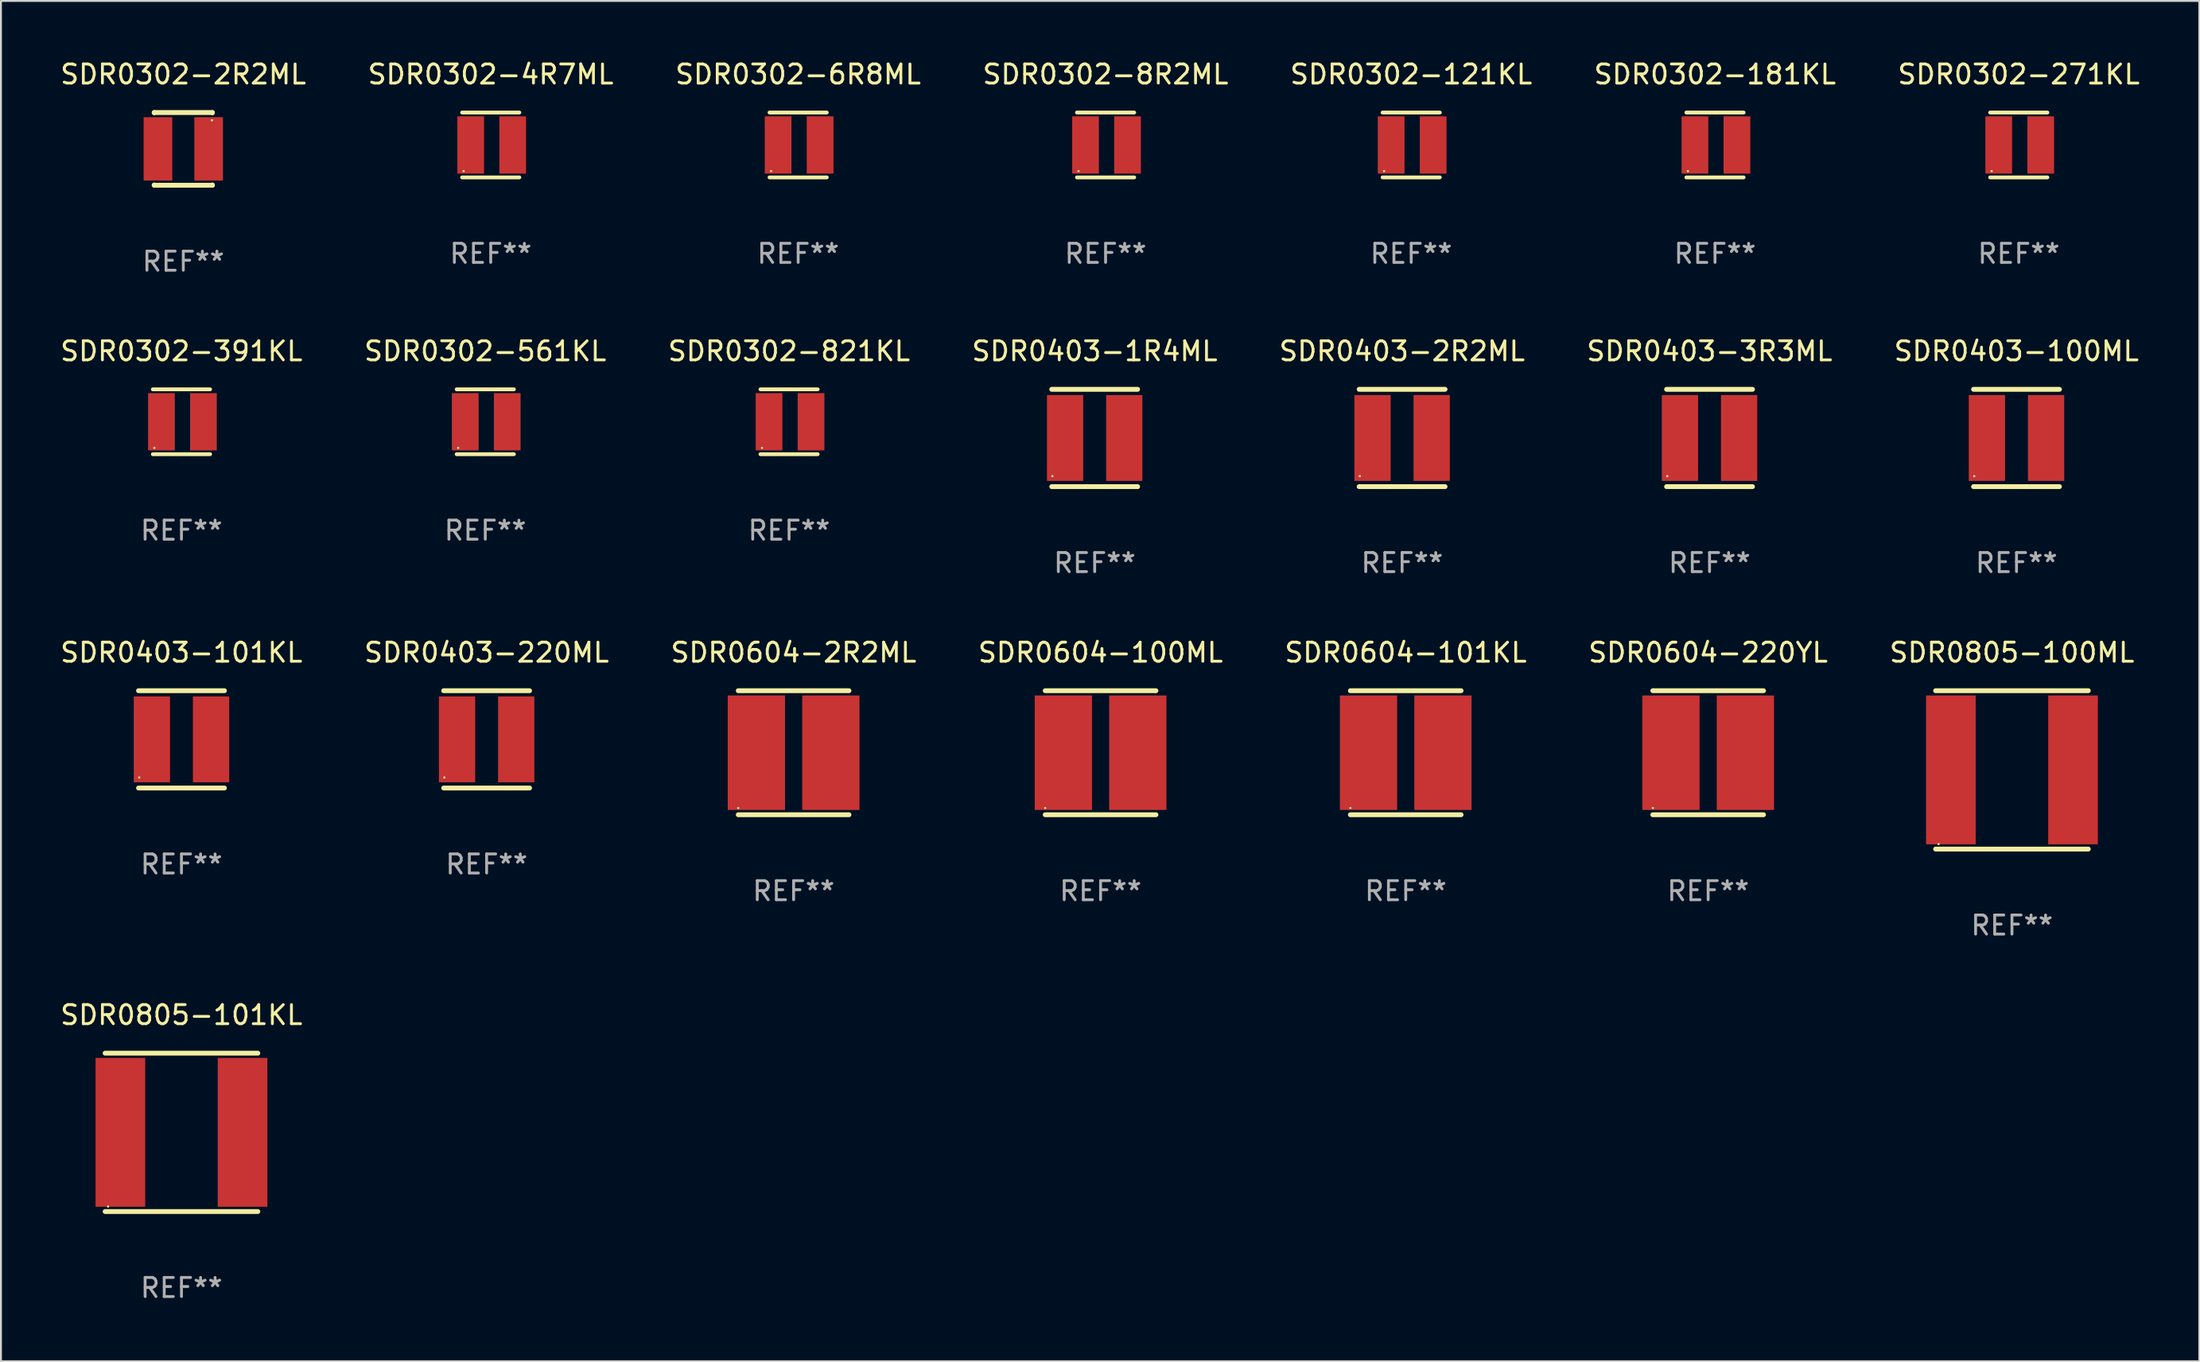
<source format=kicad_pcb>
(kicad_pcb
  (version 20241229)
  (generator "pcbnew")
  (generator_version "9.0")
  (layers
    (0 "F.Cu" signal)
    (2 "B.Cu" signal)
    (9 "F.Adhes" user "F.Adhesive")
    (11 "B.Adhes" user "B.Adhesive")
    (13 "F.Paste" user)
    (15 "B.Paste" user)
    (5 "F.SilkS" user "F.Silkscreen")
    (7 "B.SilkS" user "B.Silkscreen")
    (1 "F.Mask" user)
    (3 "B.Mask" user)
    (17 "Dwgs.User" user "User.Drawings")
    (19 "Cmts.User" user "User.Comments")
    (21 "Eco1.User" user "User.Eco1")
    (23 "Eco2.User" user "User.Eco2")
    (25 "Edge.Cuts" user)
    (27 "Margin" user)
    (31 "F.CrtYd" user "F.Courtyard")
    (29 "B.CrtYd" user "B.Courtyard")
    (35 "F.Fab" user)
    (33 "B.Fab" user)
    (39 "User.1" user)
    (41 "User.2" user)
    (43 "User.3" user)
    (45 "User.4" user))
  (footprint "SDR0403-2R2ML"
    (layer "F.Cu")
    (at 70.411 19.905)
    (property "Reference" "SDR0403-2R2ML" (at 0 -4.55 0) (layer "F.SilkS") (effects (font (size 1 1) (thickness 0.15))))
    (attr through_hole)
    (fp_line (start -2.25 -2.55) (end 2.25 -2.55) (stroke (width 0.254) (type solid)) (layer "F.SilkS"))
    (fp_line (start 2.25 2.55) (end -2.25 2.55) (stroke (width 0.254) (type solid)) (layer "F.SilkS"))
    (fp_circle (center -2.216 2) (end -2.186 2) (stroke (width 0.06) (type solid)) (fill no) (layer "F.SilkS"))
    (fp_text user "REF**" (at 0 6.55 0) (layer "F.Fab") (effects (font (size 1 1) (thickness 0.15))))
    (pad "1" smd rect (at -1.55 0 90) (size 4.5 1.9) (layers "F.Cu" "F.Mask" "F.Paste"))
    (pad "2" smd rect (at 1.55 0 90) (size 4.5 1.9) (layers "F.Cu" "F.Mask" "F.Paste")))
  (footprint "SDR0302-561KL"
    (layer "F.Cu")
    (at 22.375 19.055)
    (property "Reference" "SDR0302-561KL" (at 0 -3.7 0) (layer "F.SilkS") (effects (font (size 1 1) (thickness 0.15))))
    (attr through_hole)
    (fp_line (start -1.5 -1.7) (end 1.5 -1.7) (stroke (width 0.2) (type solid)) (layer "F.SilkS"))
    (fp_line (start -1.5 1.7) (end 1.5 1.7) (stroke (width 0.2) (type solid)) (layer "F.SilkS"))
    (fp_circle (center -1.42 1.37) (end -1.39 1.37) (stroke (width 0.06) (type solid)) (fill no) (layer "F.SilkS"))
    (fp_text user "REF**" (at 0 5.7 0) (layer "F.Fab") (effects (font (size 1 1) (thickness 0.15))))
    (pad "1" smd rect (at -1.05 0) (size 1.4 3) (layers "F.Cu" "F.Mask" "F.Paste"))
    (pad "2" smd rect (at 1.15 0) (size 1.4 3) (layers "F.Cu" "F.Mask" "F.Paste")))
  (footprint "SDR0403-3R3ML"
    (layer "F.Cu")
    (at 86.518 19.905)
    (property "Reference" "SDR0403-3R3ML" (at 0 -4.55 0) (layer "F.SilkS") (effects (font (size 1 1) (thickness 0.15))))
    (attr through_hole)
    (fp_line (start -2.25 -2.55) (end 2.25 -2.55) (stroke (width 0.254) (type solid)) (layer "F.SilkS"))
    (fp_line (start 2.25 2.55) (end -2.25 2.55) (stroke (width 0.254) (type solid)) (layer "F.SilkS"))
    (fp_circle (center -2.216 2) (end -2.186 2) (stroke (width 0.06) (type solid)) (fill no) (layer "F.SilkS"))
    (fp_text user "REF**" (at 0 6.55 0) (layer "F.Fab") (effects (font (size 1 1) (thickness 0.15))))
    (pad "1" smd rect (at -1.55 0 90) (size 4.5 1.9) (layers "F.Cu" "F.Mask" "F.Paste"))
    (pad "2" smd rect (at 1.55 0 90) (size 4.5 1.9) (layers "F.Cu" "F.Mask" "F.Paste")))
  (footprint "SDR0302-271KL"
    (layer "F.Cu")
    (at 102.72 4.548)
    (property "Reference" "SDR0302-271KL" (at 0 -3.7 0) (layer "F.SilkS") (effects (font (size 1 1) (thickness 0.15))))
    (attr through_hole)
    (fp_line (start -1.5 -1.7) (end 1.5 -1.7) (stroke (width 0.2) (type solid)) (layer "F.SilkS"))
    (fp_line (start -1.5 1.7) (end 1.5 1.7) (stroke (width 0.2) (type solid)) (layer "F.SilkS"))
    (fp_circle (center -1.42 1.37) (end -1.39 1.37) (stroke (width 0.06) (type solid)) (fill no) (layer "F.SilkS"))
    (fp_text user "REF**" (at 0 5.7 0) (layer "F.Fab") (effects (font (size 1 1) (thickness 0.15))))
    (pad "1" smd rect (at -1.05 0) (size 1.4 3) (layers "F.Cu" "F.Mask" "F.Paste"))
    (pad "2" smd rect (at 1.15 0) (size 1.4 3) (layers "F.Cu" "F.Mask" "F.Paste")))
  (footprint "SDR0302-2R2ML"
    (layer "F.Cu")
    (at 6.554 4.753)
    (property "Reference" "SDR0302-2R2ML" (at 0 -3.905 0) (layer "F.SilkS") (effects (font (size 1 1) (thickness 0.15))))
    (attr through_hole)
    (fp_line (start -1.524 -1.905) (end 1.524 -1.905) (stroke (width 0.254) (type solid)) (layer "F.SilkS"))
    (fp_line (start -1.524 -1.891) (end -1.524 -1.905) (stroke (width 0.254) (type solid)) (layer "F.SilkS"))
    (fp_line (start -1.524 1.905) (end -1.524 1.891) (stroke (width 0.254) (type solid)) (layer "F.SilkS"))
    (fp_line (start -1.524 1.905) (end 1.524 1.905) (stroke (width 0.254) (type solid)) (layer "F.SilkS"))
    (fp_line (start 1.524 -1.905) (end 1.524 -1.891) (stroke (width 0.254) (type solid)) (layer "F.SilkS"))
    (fp_line (start 1.524 1.891) (end 1.524 1.905) (stroke (width 0.254) (type solid)) (layer "F.SilkS"))
    (fp_circle (center 1.5 -1.5) (end 1.53 -1.5) (stroke (width 0.06) (type solid)) (fill no) (layer "F.SilkS"))
    (fp_text user "REF**" (at 0 5.905 0) (layer "F.Fab") (effects (font (size 1 1) (thickness 0.15))))
    (pad "1" smd rect (at 1.328 0) (size 1.5 3.32) (layers "F.Cu" "F.Mask" "F.Paste"))
    (pad "2" smd rect (at -1.328 0) (size 1.5 3.32) (layers "F.Cu" "F.Mask" "F.Paste")))
  (footprint "SDR0604-100ML"
    (layer "F.Cu")
    (at 54.613 36.401)
    (property "Reference" "SDR0604-100ML" (at 0 -5.25 0) (layer "F.SilkS") (effects (font (size 1 1) (thickness 0.15))))
    (attr through_hole)
    (fp_line (start -2.9 -3.25) (end 2.9 -3.25) (stroke (width 0.254) (type solid)) (layer "F.SilkS"))
    (fp_line (start -2.9 3.25) (end 2.9 3.25) (stroke (width 0.254) (type solid)) (layer "F.SilkS"))
    (fp_circle (center -2.9 2.9) (end -2.87 2.9) (stroke (width 0.06) (type solid)) (fill no) (layer "F.SilkS"))
    (fp_text user "REF**" (at 0 7.25 0) (layer "F.Fab") (effects (font (size 1 1) (thickness 0.15))))
    (pad "1" smd rect (at -1.95 0 90) (size 6 3) (layers "F.Cu" "F.Mask" "F.Paste"))
    (pad "2" smd rect (at 1.95 0 90) (size 6 3) (layers "F.Cu" "F.Mask" "F.Paste")))
  (footprint "SDR0302-821KL"
    (layer "F.Cu")
    (at 38.292 19.055)
    (property "Reference" "SDR0302-821KL" (at 0 -3.7 0) (layer "F.SilkS") (effects (font (size 1 1) (thickness 0.15))))
    (attr through_hole)
    (fp_line (start -1.5 -1.7) (end 1.5 -1.7) (stroke (width 0.2) (type solid)) (layer "F.SilkS"))
    (fp_line (start -1.5 1.7) (end 1.5 1.7) (stroke (width 0.2) (type solid)) (layer "F.SilkS"))
    (fp_circle (center -1.42 1.37) (end -1.39 1.37) (stroke (width 0.06) (type solid)) (fill no) (layer "F.SilkS"))
    (fp_text user "REF**" (at 0 5.7 0) (layer "F.Fab") (effects (font (size 1 1) (thickness 0.15))))
    (pad "1" smd rect (at -1.05 0) (size 1.4 3) (layers "F.Cu" "F.Mask" "F.Paste"))
    (pad "2" smd rect (at 1.15 0) (size 1.4 3) (layers "F.Cu" "F.Mask" "F.Paste")))
  (footprint "SDR0403-1R4ML"
    (layer "F.Cu")
    (at 54.304 19.905)
    (property "Reference" "SDR0403-1R4ML" (at 0 -4.55 0) (layer "F.SilkS") (effects (font (size 1 1) (thickness 0.15))))
    (attr through_hole)
    (fp_line (start -2.25 -2.55) (end 2.25 -2.55) (stroke (width 0.254) (type solid)) (layer "F.SilkS"))
    (fp_line (start 2.25 2.55) (end -2.25 2.55) (stroke (width 0.254) (type solid)) (layer "F.SilkS"))
    (fp_circle (center -2.216 2) (end -2.186 2) (stroke (width 0.06) (type solid)) (fill no) (layer "F.SilkS"))
    (fp_text user "REF**" (at 0 6.55 0) (layer "F.Fab") (effects (font (size 1 1) (thickness 0.15))))
    (pad "1" smd rect (at -1.55 0 90) (size 4.5 1.9) (layers "F.Cu" "F.Mask" "F.Paste"))
    (pad "2" smd rect (at 1.55 0 90) (size 4.5 1.9) (layers "F.Cu" "F.Mask" "F.Paste")))
  (footprint "SDR0604-101KL"
    (layer "F.Cu")
    (at 70.601 36.401)
    (property "Reference" "SDR0604-101KL" (at 0 -5.25 0) (layer "F.SilkS") (effects (font (size 1 1) (thickness 0.15))))
    (attr through_hole)
    (fp_line (start -2.9 -3.25) (end 2.9 -3.25) (stroke (width 0.254) (type solid)) (layer "F.SilkS"))
    (fp_line (start -2.9 3.25) (end 2.9 3.25) (stroke (width 0.254) (type solid)) (layer "F.SilkS"))
    (fp_circle (center -2.9 2.9) (end -2.87 2.9) (stroke (width 0.06) (type solid)) (fill no) (layer "F.SilkS"))
    (fp_text user "REF**" (at 0 7.25 0) (layer "F.Fab") (effects (font (size 1 1) (thickness 0.15))))
    (pad "1" smd rect (at -1.95 0 90) (size 6 3) (layers "F.Cu" "F.Mask" "F.Paste"))
    (pad "2" smd rect (at 1.95 0 90) (size 6 3) (layers "F.Cu" "F.Mask" "F.Paste")))
  (footprint "SDR0302-4R7ML"
    (layer "F.Cu")
    (at 22.661 4.548)
    (property "Reference" "SDR0302-4R7ML" (at 0 -3.7 0) (layer "F.SilkS") (effects (font (size 1 1) (thickness 0.15))))
    (attr through_hole)
    (fp_line (start -1.5 -1.7) (end 1.5 -1.7) (stroke (width 0.2) (type solid)) (layer "F.SilkS"))
    (fp_line (start -1.5 1.7) (end 1.5 1.7) (stroke (width 0.2) (type solid)) (layer "F.SilkS"))
    (fp_circle (center -1.42 1.37) (end -1.39 1.37) (stroke (width 0.06) (type solid)) (fill no) (layer "F.SilkS"))
    (fp_text user "REF**" (at 0 5.7 0) (layer "F.Fab") (effects (font (size 1 1) (thickness 0.15))))
    (pad "1" smd rect (at -1.05 0) (size 1.4 3) (layers "F.Cu" "F.Mask" "F.Paste"))
    (pad "2" smd rect (at 1.15 0) (size 1.4 3) (layers "F.Cu" "F.Mask" "F.Paste")))
  (footprint "SDR0403-220ML"
    (layer "F.Cu")
    (at 22.446 35.701)
    (property "Reference" "SDR0403-220ML" (at 0 -4.55 0) (layer "F.SilkS") (effects (font (size 1 1) (thickness 0.15))))
    (attr through_hole)
    (fp_line (start -2.25 -2.55) (end 2.25 -2.55) (stroke (width 0.254) (type solid)) (layer "F.SilkS"))
    (fp_line (start 2.25 2.55) (end -2.25 2.55) (stroke (width 0.254) (type solid)) (layer "F.SilkS"))
    (fp_circle (center -2.216 2) (end -2.186 2) (stroke (width 0.06) (type solid)) (fill no) (layer "F.SilkS"))
    (fp_text user "REF**" (at 0 6.55 0) (layer "F.Fab") (effects (font (size 1 1) (thickness 0.15))))
    (pad "1" smd rect (at -1.55 0 90) (size 4.5 1.9) (layers "F.Cu" "F.Mask" "F.Paste"))
    (pad "2" smd rect (at 1.55 0 90) (size 4.5 1.9) (layers "F.Cu" "F.Mask" "F.Paste")))
  (footprint "SDR0403-101KL"
    (layer "F.Cu")
    (at 6.458 35.701)
    (property "Reference" "SDR0403-101KL" (at 0 -4.55 0) (layer "F.SilkS") (effects (font (size 1 1) (thickness 0.15))))
    (attr through_hole)
    (fp_line (start -2.25 -2.55) (end 2.25 -2.55) (stroke (width 0.254) (type solid)) (layer "F.SilkS"))
    (fp_line (start 2.25 2.55) (end -2.25 2.55) (stroke (width 0.254) (type solid)) (layer "F.SilkS"))
    (fp_circle (center -2.216 2) (end -2.186 2) (stroke (width 0.06) (type solid)) (fill no) (layer "F.SilkS"))
    (fp_text user "REF**" (at 0 6.55 0) (layer "F.Fab") (effects (font (size 1 1) (thickness 0.15))))
    (pad "1" smd rect (at -1.55 0 90) (size 4.5 1.9) (layers "F.Cu" "F.Mask" "F.Paste"))
    (pad "2" smd rect (at 1.55 0 90) (size 4.5 1.9) (layers "F.Cu" "F.Mask" "F.Paste")))
  (footprint "SDR0302-121KL"
    (layer "F.Cu")
    (at 70.887 4.548)
    (property "Reference" "SDR0302-121KL" (at 0 -3.7 0) (layer "F.SilkS") (effects (font (size 1 1) (thickness 0.15))))
    (attr through_hole)
    (fp_line (start -1.5 -1.7) (end 1.5 -1.7) (stroke (width 0.2) (type solid)) (layer "F.SilkS"))
    (fp_line (start -1.5 1.7) (end 1.5 1.7) (stroke (width 0.2) (type solid)) (layer "F.SilkS"))
    (fp_circle (center -1.42 1.37) (end -1.39 1.37) (stroke (width 0.06) (type solid)) (fill no) (layer "F.SilkS"))
    (fp_text user "REF**" (at 0 5.7 0) (layer "F.Fab") (effects (font (size 1 1) (thickness 0.15))))
    (pad "1" smd rect (at -1.05 0) (size 1.4 3) (layers "F.Cu" "F.Mask" "F.Paste"))
    (pad "2" smd rect (at 1.15 0) (size 1.4 3) (layers "F.Cu" "F.Mask" "F.Paste")))
  (footprint "SDR0604-2R2ML"
    (layer "F.Cu")
    (at 38.53 36.401)
    (property "Reference" "SDR0604-2R2ML" (at 0 -5.25 0) (layer "F.SilkS") (effects (font (size 1 1) (thickness 0.15))))
    (attr through_hole)
    (fp_line (start -2.9 -3.25) (end 2.9 -3.25) (stroke (width 0.254) (type solid)) (layer "F.SilkS"))
    (fp_line (start -2.9 3.25) (end 2.9 3.25) (stroke (width 0.254) (type solid)) (layer "F.SilkS"))
    (fp_circle (center -2.9 2.9) (end -2.87 2.9) (stroke (width 0.06) (type solid)) (fill no) (layer "F.SilkS"))
    (fp_text user "REF**" (at 0 7.25 0) (layer "F.Fab") (effects (font (size 1 1) (thickness 0.15))))
    (pad "1" smd rect (at -1.95 0 90) (size 6 3) (layers "F.Cu" "F.Mask" "F.Paste"))
    (pad "2" smd rect (at 1.95 0 90) (size 6 3) (layers "F.Cu" "F.Mask" "F.Paste")))
  (footprint "SDR0403-100ML"
    (layer "F.Cu")
    (at 102.601 19.905)
    (property "Reference" "SDR0403-100ML" (at 0 -4.55 0) (layer "F.SilkS") (effects (font (size 1 1) (thickness 0.15))))
    (attr through_hole)
    (fp_line (start -2.25 -2.55) (end 2.25 -2.55) (stroke (width 0.254) (type solid)) (layer "F.SilkS"))
    (fp_line (start 2.25 2.55) (end -2.25 2.55) (stroke (width 0.254) (type solid)) (layer "F.SilkS"))
    (fp_circle (center -2.216 2) (end -2.186 2) (stroke (width 0.06) (type solid)) (fill no) (layer "F.SilkS"))
    (fp_text user "REF**" (at 0 6.55 0) (layer "F.Fab") (effects (font (size 1 1) (thickness 0.15))))
    (pad "1" smd rect (at -1.55 0 90) (size 4.5 1.9) (layers "F.Cu" "F.Mask" "F.Paste"))
    (pad "2" smd rect (at 1.55 0 90) (size 4.5 1.9) (layers "F.Cu" "F.Mask" "F.Paste")))
  (footprint "SDR0302-391KL"
    (layer "F.Cu")
    (at 6.458 19.055)
    (property "Reference" "SDR0302-391KL" (at 0 -3.7 0) (layer "F.SilkS") (effects (font (size 1 1) (thickness 0.15))))
    (attr through_hole)
    (fp_line (start -1.5 -1.7) (end 1.5 -1.7) (stroke (width 0.2) (type solid)) (layer "F.SilkS"))
    (fp_line (start -1.5 1.7) (end 1.5 1.7) (stroke (width 0.2) (type solid)) (layer "F.SilkS"))
    (fp_circle (center -1.42 1.37) (end -1.39 1.37) (stroke (width 0.06) (type solid)) (fill no) (layer "F.SilkS"))
    (fp_text user "REF**" (at 0 5.7 0) (layer "F.Fab") (effects (font (size 1 1) (thickness 0.15))))
    (pad "1" smd rect (at -1.05 0) (size 1.4 3) (layers "F.Cu" "F.Mask" "F.Paste"))
    (pad "2" smd rect (at 1.15 0) (size 1.4 3) (layers "F.Cu" "F.Mask" "F.Paste")))
  (footprint "SDR0805-100ML"
    (layer "F.Cu")
    (at 102.363 37.301)
    (property "Reference" "SDR0805-100ML" (at 0 -6.15 0) (layer "F.SilkS") (effects (font (size 1 1) (thickness 0.15))))
    (attr through_hole)
    (fp_line (start -4 -4.15) (end 4 -4.15) (stroke (width 0.254) (type solid)) (layer "F.SilkS"))
    (fp_line (start 4 4.15) (end -4 4.15) (stroke (width 0.254) (type solid)) (layer "F.SilkS"))
    (fp_circle (center -3.845 3.89) (end -3.815 3.89) (stroke (width 0.06) (type solid)) (fill no) (layer "F.SilkS"))
    (fp_text user "REF**" (at 0 8.15 0) (layer "F.Fab") (effects (font (size 1 1) (thickness 0.15))))
    (pad "1" smd rect (at -3.2 0 180) (size 2.6 7.8) (layers "F.Cu" "F.Mask" "F.Paste"))
    (pad "2" smd rect (at 3.2 0 180) (size 2.6 7.8) (layers "F.Cu" "F.Mask" "F.Paste")))
  (footprint "SDR0805-101KL"
    (layer "F.Cu")
    (at 6.458 56.298)
    (property "Reference" "SDR0805-101KL" (at 0 -6.15 0) (layer "F.SilkS") (effects (font (size 1 1) (thickness 0.15))))
    (attr through_hole)
    (fp_line (start -4 -4.15) (end 4 -4.15) (stroke (width 0.254) (type solid)) (layer "F.SilkS"))
    (fp_line (start 4 4.15) (end -4 4.15) (stroke (width 0.254) (type solid)) (layer "F.SilkS"))
    (fp_circle (center -3.845 3.89) (end -3.815 3.89) (stroke (width 0.06) (type solid)) (fill no) (layer "F.SilkS"))
    (fp_text user "REF**" (at 0 8.15 0) (layer "F.Fab") (effects (font (size 1 1) (thickness 0.15))))
    (pad "1" smd rect (at -3.2 0 180) (size 2.6 7.8) (layers "F.Cu" "F.Mask" "F.Paste"))
    (pad "2" smd rect (at 3.2 0 180) (size 2.6 7.8) (layers "F.Cu" "F.Mask" "F.Paste")))
  (footprint "SDR0604-220YL"
    (layer "F.Cu")
    (at 86.446 36.401)
    (property "Reference" "SDR0604-220YL" (at 0 -5.25 0) (layer "F.SilkS") (effects (font (size 1 1) (thickness 0.15))))
    (attr through_hole)
    (fp_line (start -2.9 -3.25) (end 2.9 -3.25) (stroke (width 0.254) (type solid)) (layer "F.SilkS"))
    (fp_line (start -2.9 3.25) (end 2.9 3.25) (stroke (width 0.254) (type solid)) (layer "F.SilkS"))
    (fp_circle (center -2.9 2.9) (end -2.87 2.9) (stroke (width 0.06) (type solid)) (fill no) (layer "F.SilkS"))
    (fp_text user "REF**" (at 0 7.25 0) (layer "F.Fab") (effects (font (size 1 1) (thickness 0.15))))
    (pad "1" smd rect (at -1.95 0 90) (size 6 3) (layers "F.Cu" "F.Mask" "F.Paste"))
    (pad "2" smd rect (at 1.95 0 90) (size 6 3) (layers "F.Cu" "F.Mask" "F.Paste")))
  (footprint "SDR0302-6R8ML"
    (layer "F.Cu")
    (at 38.768 4.548)
    (property "Reference" "SDR0302-6R8ML" (at 0 -3.7 0) (layer "F.SilkS") (effects (font (size 1 1) (thickness 0.15))))
    (attr through_hole)
    (fp_line (start -1.5 -1.7) (end 1.5 -1.7) (stroke (width 0.2) (type solid)) (layer "F.SilkS"))
    (fp_line (start -1.5 1.7) (end 1.5 1.7) (stroke (width 0.2) (type solid)) (layer "F.SilkS"))
    (fp_circle (center -1.42 1.37) (end -1.39 1.37) (stroke (width 0.06) (type solid)) (fill no) (layer "F.SilkS"))
    (fp_text user "REF**" (at 0 5.7 0) (layer "F.Fab") (effects (font (size 1 1) (thickness 0.15))))
    (pad "1" smd rect (at -1.05 0) (size 1.4 3) (layers "F.Cu" "F.Mask" "F.Paste"))
    (pad "2" smd rect (at 1.15 0) (size 1.4 3) (layers "F.Cu" "F.Mask" "F.Paste")))
  (footprint "SDR0302-8R2ML"
    (layer "F.Cu")
    (at 54.875 4.548)
    (property "Reference" "SDR0302-8R2ML" (at 0 -3.7 0) (layer "F.SilkS") (effects (font (size 1 1) (thickness 0.15))))
    (attr through_hole)
    (fp_line (start -1.5 -1.7) (end 1.5 -1.7) (stroke (width 0.2) (type solid)) (layer "F.SilkS"))
    (fp_line (start -1.5 1.7) (end 1.5 1.7) (stroke (width 0.2) (type solid)) (layer "F.SilkS"))
    (fp_circle (center -1.42 1.37) (end -1.39 1.37) (stroke (width 0.06) (type solid)) (fill no) (layer "F.SilkS"))
    (fp_text user "REF**" (at 0 5.7 0) (layer "F.Fab") (effects (font (size 1 1) (thickness 0.15))))
    (pad "1" smd rect (at -1.05 0) (size 1.4 3) (layers "F.Cu" "F.Mask" "F.Paste"))
    (pad "2" smd rect (at 1.15 0) (size 1.4 3) (layers "F.Cu" "F.Mask" "F.Paste")))
  (footprint "SDR0302-181KL"
    (layer "F.Cu")
    (at 86.804 4.548)
    (property "Reference" "SDR0302-181KL" (at 0 -3.7 0) (layer "F.SilkS") (effects (font (size 1 1) (thickness 0.15))))
    (attr through_hole)
    (fp_line (start -1.5 -1.7) (end 1.5 -1.7) (stroke (width 0.2) (type solid)) (layer "F.SilkS"))
    (fp_line (start -1.5 1.7) (end 1.5 1.7) (stroke (width 0.2) (type solid)) (layer "F.SilkS"))
    (fp_circle (center -1.42 1.37) (end -1.39 1.37) (stroke (width 0.06) (type solid)) (fill no) (layer "F.SilkS"))
    (fp_text user "REF**" (at 0 5.7 0) (layer "F.Fab") (effects (font (size 1 1) (thickness 0.15))))
    (pad "1" smd rect (at -1.05 0) (size 1.4 3) (layers "F.Cu" "F.Mask" "F.Paste"))
    (pad "2" smd rect (at 1.15 0) (size 1.4 3) (layers "F.Cu" "F.Mask" "F.Paste")))
  (gr_rect
    (start -3 -3)
    (end 112.179 68.296)
    (stroke (width 0.1) (type default))
    (fill no)
    (layer "Edge.Cuts")))
</source>
